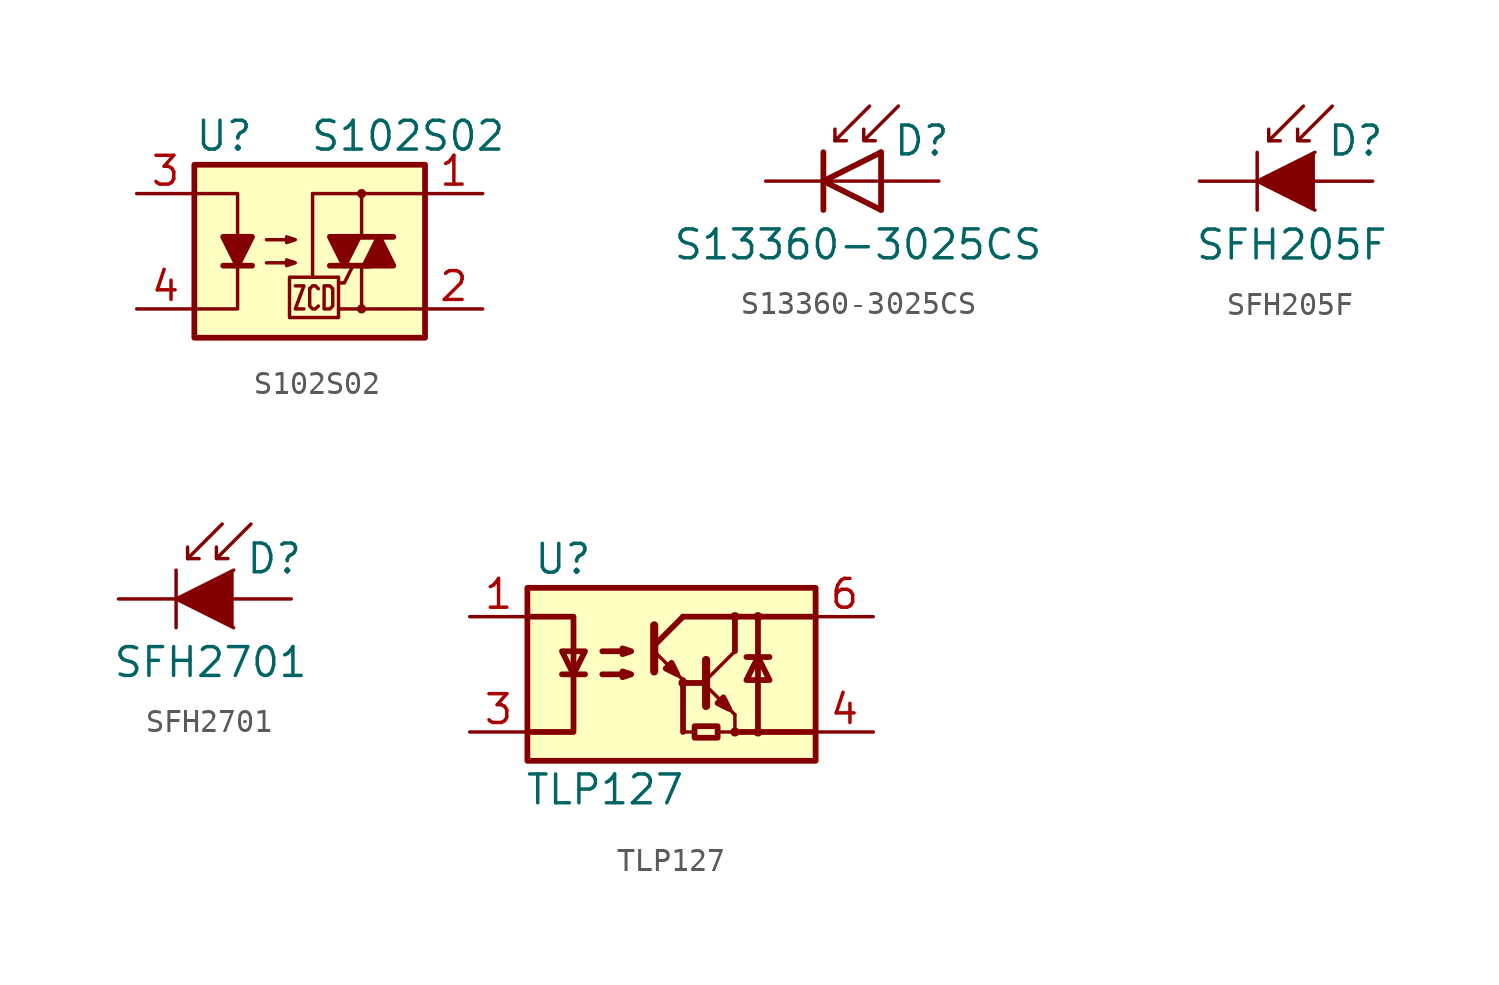
<source format=kicad_sym>
(kicad_symbol_lib
  (version 20211014)
  (generator kicad_symbol_editor)
  (symbol "S102S02"
    (pin_names
      (offset 1.016))
    (property "Reference" "U"
      (at -5.08 5.08 0)
      (effects (font (size 1.27 1.27)) (justify left)))
    (property "Value" "S102S02"
      (at 0 5.08 0)
      (effects (font (size 1.27 1.27)) (justify left)))
    (symbol "S102S02_0_1"
      (rectangle (start -5.08 3.81) (end 5.08 -3.81) (stroke (width 0.254) (type default) (color 0 0 0 0)) (fill (type background)))
      (polyline (pts (xy -3.81 -0.635) (xy -2.54 -0.635)) (stroke (width 0.254) (type default) (color 0 0 0 0)) (fill (type none)))
      (polyline (pts (xy 0.127 -1.143) (xy 0.127 2.54)) (stroke (width 0) (type default) (color 0 0 0 0)) (fill (type none)))
      (polyline (pts (xy 0.127 2.54) (xy 2.286 2.54)) (stroke (width 0) (type default) (color 0 0 0 0)) (fill (type none)))
      (polyline (pts (xy 1.905 0.635) (xy 3.683 0.635)) (stroke (width 0.254) (type default) (color 0 0 0 0)) (fill (type none)))
      (polyline (pts (xy 2.286 -2.54) (xy 1.27 -2.54)) (stroke (width 0) (type default) (color 0 0 0 0)) (fill (type none)))
      (polyline (pts (xy 2.286 -2.54) (xy 2.286 -0.635)) (stroke (width 0) (type default) (color 0 0 0 0)) (fill (type none)))
      (polyline (pts (xy 2.286 -2.54) (xy 5.08 -2.54)) (stroke (width 0) (type default) (color 0 0 0 0)) (fill (type none)))
      (polyline (pts (xy 2.286 2.54) (xy 2.286 0.635)) (stroke (width 0) (type default) (color 0 0 0 0)) (fill (type none)))
      (polyline (pts (xy 2.286 2.54) (xy 5.08 2.54)) (stroke (width 0) (type default) (color 0 0 0 0)) (fill (type none)))
      (polyline (pts (xy 2.667 -0.635) (xy 0.889 -0.635)) (stroke (width 0.254) (type default) (color 0 0 0 0)) (fill (type none)))
      (polyline (pts (xy -5.08 2.54) (xy -3.175 2.54) (xy -3.175 0.635)) (stroke (width 0) (type default) (color 0 0 0 0)) (fill (type none)))
      (polyline (pts (xy -3.175 -0.635) (xy -3.175 -2.54) (xy -5.08 -2.54)) (stroke (width 0) (type default) (color 0 0 0 0)) (fill (type none)))
      (polyline (pts (xy 1.905 -0.635) (xy 1.524 -1.397) (xy 1.27 -1.397)) (stroke (width 0) (type default) (color 0 0 0 0)) (fill (type none)))
      (polyline (pts (xy -3.175 -0.635) (xy -3.81 0.635) (xy -2.54 0.635) (xy -3.175 -0.635)) (stroke (width 0.254) (type default) (color 0 0 0 0)) (fill (type outline)))
      (polyline (pts (xy -0.635 -1.524) (xy -0.254 -1.524) (xy -0.635 -2.54) (xy -0.254 -2.54)) (stroke (width 0) (type default) (color 0 0 0 0)) (fill (type none)))
      (polyline (pts (xy 0 -1.651) (xy 0.127 -1.524) (xy 0.254 -1.524) (xy 0.381 -1.651)) (stroke (width 0) (type default) (color 0 0 0 0)) (fill (type none)))
      (polyline (pts (xy 1.524 -0.635) (xy 2.159 0.635) (xy 0.889 0.635) (xy 1.524 -0.635)) (stroke (width 0.254) (type default) (color 0 0 0 0)) (fill (type outline)))
      (polyline (pts (xy 3.048 0.635) (xy 2.413 -0.635) (xy 3.683 -0.635) (xy 3.048 0.635)) (stroke (width 0.254) (type default) (color 0 0 0 0)) (fill (type outline)))
      (polyline (pts (xy -1.905 -0.508) (xy -0.635 -0.508) (xy -1.016 -0.635) (xy -1.016 -0.381) (xy -0.635 -0.508)) (stroke (width 0) (type default) (color 0 0 0 0)) (fill (type none)))
      (polyline (pts (xy -1.905 0.508) (xy -0.635 0.508) (xy -1.016 0.381) (xy -1.016 0.635) (xy -0.635 0.508)) (stroke (width 0) (type default) (color 0 0 0 0)) (fill (type none)))
      (polyline (pts (xy -0.889 -1.143) (xy -0.889 -2.921) (xy 1.27 -2.921) (xy 1.27 -1.143) (xy -0.889 -1.143)) (stroke (width 0) (type default) (color 0 0 0 0)) (fill (type none)))
      (polyline (pts (xy 0.381 -2.413) (xy 0.254 -2.54) (xy 0.127 -2.54) (xy 0 -2.413) (xy 0 -1.651)) (stroke (width 0) (type default) (color 0 0 0 0)) (fill (type none)))
      (polyline (pts (xy 0.635 -1.524) (xy 0.635 -2.54) (xy 0.889 -2.54) (xy 1.016 -2.413) (xy 1.016 -1.651) (xy 0.889 -1.524) (xy 0.635 -1.524)) (stroke (width 0) (type default) (color 0 0 0 0)) (fill (type none)))
      (circle (center 2.286 -2.54) (radius 0.127) (stroke (width 0) (type default) (color 0 0 0 0)) (fill (type none)))
      (circle (center 2.286 2.54) (radius 0.127) (stroke (width 0) (type default) (color 0 0 0 0)) (fill (type none))))
    (symbol "S102S02_1_1"
      (pin passive line (at 7.62 2.54 180) (length 2.54) (name "~" (effects (font (size 1.27 1.27)))) (number "1" (effects (font (size 1.27 1.27)))))
      (pin passive line (at 7.62 -2.54 180) (length 2.54) (name "~" (effects (font (size 1.27 1.27)))) (number "2" (effects (font (size 1.27 1.27)))))
      (pin passive line (at -7.62 2.54 0) (length 2.54) (name "~" (effects (font (size 1.27 1.27)))) (number "3" (effects (font (size 1.27 1.27)))))
      (pin passive line (at -7.62 -2.54 0) (length 2.54) (name "~" (effects (font (size 1.27 1.27)))) (number "4" (effects (font (size 1.27 1.27)))))))
  (symbol "S13360-3025CS"
    (pin_numbers hide)
    (pin_names
      (offset 1.016) hide)
    (property "Reference" "D"
      (at 1.778 1.778 0)
      (effects (font (size 1.27 1.27)) (justify left)))
    (property "Value" "S13360-3025CS"
      (at 0.254 -2.794 0)
      (effects (font (size 1.27 1.27))))
    (symbol "S13360-3025CS_0_1"
      (polyline (pts (xy -1.27 0) (xy 1.27 0)) (stroke (width 0) (type default) (color 0 0 0 0)) (fill (type none)))
      (polyline (pts (xy -1.27 1.27) (xy -1.27 -1.27)) (stroke (width 0.254) (type default) (color 0 0 0 0)) (fill (type none)))
      (polyline (pts (xy -0.762 1.778) (xy -0.254 1.778)) (stroke (width 0) (type default) (color 0 0 0 0)) (fill (type none)))
      (polyline (pts (xy 1.27 1.27) (xy 1.27 -1.27)) (stroke (width 0.254) (type default) (color 0 0 0 0)) (fill (type none)))
      (polyline (pts (xy 0.762 3.302) (xy -0.762 1.778) (xy -0.762 2.286)) (stroke (width 0) (type default) (color 0 0 0 0)) (fill (type none)))
      (polyline (pts (xy 1.27 1.27) (xy -1.27 0) (xy 1.27 -1.27)) (stroke (width 0.254) (type default) (color 0 0 0 0)) (fill (type none)))
      (polyline (pts (xy 2.032 3.302) (xy 0.508 1.778) (xy 0.508 2.286) (xy 0.508 1.778) (xy 1.016 1.778)) (stroke (width 0) (type default) (color 0 0 0 0)) (fill (type none))))
    (symbol "S13360-3025CS_1_1"
      (pin passive line (at 3.81 0 180) (length 2.54) (name "A" (effects (font (size 1.27 1.27)))) (number "1" (effects (font (size 1.27 1.27)))))
      (pin passive line (at -3.81 0 0) (length 2.54) (name "K" (effects (font (size 1.27 1.27)))) (number "2" (effects (font (size 1.27 1.27)))))))
  (symbol "SFH205F"
    (pin_numbers hide)
    (pin_names
      (offset 1.016) hide)
    (property "Reference" "D"
      (at 0.508 1.778 0)
      (effects (font (size 1.27 1.27)) (justify left)))
    (property "Value" "SFH205F"
      (at -1.016 -2.794 0)
      (effects (font (size 1.27 1.27))))
    (symbol "SFH205F_0_1"
      (polyline (pts (xy -2.54 1.27) (xy -2.54 -1.27)) (stroke (width 0.152) (type default) (color 0 0 0 0)) (fill (type none)))
      (polyline (pts (xy -2.032 1.778) (xy -1.524 1.778)) (stroke (width 0) (type default) (color 0 0 0 0)) (fill (type none)))
      (polyline (pts (xy -0.508 3.302) (xy -2.032 1.778) (xy -2.032 2.286)) (stroke (width 0) (type default) (color 0 0 0 0)) (fill (type none)))
      (polyline (pts (xy 0 1.27) (xy -2.54 0) (xy 0 -1.27)) (stroke (width 0) (type default) (color 0 0 0 0)) (fill (type outline)))
      (polyline (pts (xy 0.762 3.302) (xy -0.762 1.778) (xy -0.762 2.286) (xy -0.762 1.778) (xy -0.254 1.778)) (stroke (width 0) (type default) (color 0 0 0 0)) (fill (type none))))
    (symbol "SFH205F_1_1"
      (pin passive line (at -5.08 0 0) (length 2.54) (name "K" (effects (font (size 1.27 1.27)))) (number "1" (effects (font (size 1.27 1.27)))))
      (pin passive line (at 2.54 0 180) (length 2.54) (name "A" (effects (font (size 1.27 1.27)))) (number "2" (effects (font (size 1.27 1.27)))))))
  (symbol "SFH2701"
    (pin_numbers hide)
    (pin_names
      (offset 1.016) hide)
    (property "Reference" "D"
      (at 0.508 1.778 0)
      (effects (font (size 1.27 1.27)) (justify left)))
    (property "Value" "SFH2701"
      (at -1.016 -2.794 0)
      (effects (font (size 1.27 1.27))))
    (symbol "SFH2701_0_1"
      (polyline (pts (xy -2.54 1.27) (xy -2.54 -1.27)) (stroke (width 0.152) (type default) (color 0 0 0 0)) (fill (type none)))
      (polyline (pts (xy -2.032 1.778) (xy -1.524 1.778)) (stroke (width 0) (type default) (color 0 0 0 0)) (fill (type none)))
      (polyline (pts (xy -0.508 3.302) (xy -2.032 1.778) (xy -2.032 2.286)) (stroke (width 0) (type default) (color 0 0 0 0)) (fill (type none)))
      (polyline (pts (xy 0 1.27) (xy -2.54 0) (xy 0 -1.27)) (stroke (width 0) (type default) (color 0 0 0 0)) (fill (type outline)))
      (polyline (pts (xy 0.762 3.302) (xy -0.762 1.778) (xy -0.762 2.286) (xy -0.762 1.778) (xy -0.254 1.778)) (stroke (width 0) (type default) (color 0 0 0 0)) (fill (type none))))
    (symbol "SFH2701_1_1"
      (pin passive line (at -5.08 0 0) (length 2.54) (name "K" (effects (font (size 1.27 1.27)))) (number "1" (effects (font (size 1.27 1.27)))))
      (pin passive line (at 2.54 0 180) (length 2.54) (name "A" (effects (font (size 1.27 1.27)))) (number "2" (effects (font (size 1.27 1.27)))))))
  (symbol "TLP127"
    (pin_names
      (offset 1.016))
    (property "Reference" "U"
      (at -4.826 5.08 0)
      (effects (font (size 1.27 1.27)) (justify left)))
    (property "Value" "TLP127"
      (at -5.207 -5.08 0)
      (effects (font (size 1.27 1.27)) (justify left)))
    (symbol "TLP127_0_1"
      (rectangle (start -5.08 3.81) (end 7.62 -3.81) (stroke (width 0.254) (type default) (color 0 0 0 0)) (fill (type background)))
      (polyline (pts (xy -3.556 0) (xy -2.54 0)) (stroke (width 0.254) (type default) (color 0 0 0 0)) (fill (type none)))
      (polyline (pts (xy 0.508 1.016) (xy 1.778 -0.254)) (stroke (width 0) (type default) (color 0 0 0 0)) (fill (type none)))
      (polyline (pts (xy 0.508 1.27) (xy 1.778 2.54)) (stroke (width 0.254) (type default) (color 0 0 0 0)) (fill (type none)))
      (polyline (pts (xy 0.508 2.159) (xy 0.508 0.127)) (stroke (width 0.356) (type default) (color 0 0 0 0)) (fill (type none)))
      (polyline (pts (xy 1.778 2.54) (xy 7.62 2.54)) (stroke (width 0.254) (type default) (color 0 0 0 0)) (fill (type none)))
      (polyline (pts (xy 2.794 -0.508) (xy 4.064 -1.778)) (stroke (width 0) (type default) (color 0 0 0 0)) (fill (type none)))
      (polyline (pts (xy 2.794 -0.381) (xy 1.778 -0.381)) (stroke (width 0.254) (type default) (color 0 0 0 0)) (fill (type none)))
      (polyline (pts (xy 2.794 -0.254) (xy 4.064 1.016)) (stroke (width 0) (type default) (color 0 0 0 0)) (fill (type none)))
      (polyline (pts (xy 4.064 -2.54) (xy 7.62 -2.54)) (stroke (width 0.254) (type default) (color 0 0 0 0)) (fill (type none)))
      (polyline (pts (xy 4.064 -1.778) (xy 4.064 -2.54)) (stroke (width 0) (type default) (color 0 0 0 0)) (fill (type none)))
      (polyline (pts (xy 4.064 1.016) (xy 4.064 2.54)) (stroke (width 0.254) (type default) (color 0 0 0 0)) (fill (type none)))
      (polyline (pts (xy 4.572 0.762) (xy 5.588 0.762)) (stroke (width 0.254) (type default) (color 0 0 0 0)) (fill (type none)))
      (polyline (pts (xy 5.08 -2.54) (xy 5.08 2.54)) (stroke (width 0.254) (type default) (color 0 0 0 0)) (fill (type none)))
      (polyline (pts (xy 5.08 0.635) (xy 5.08 2.54)) (stroke (width 0) (type default) (color 0 0 0 0)) (fill (type none)))
      (polyline (pts (xy 2.794 0.635) (xy 2.794 -1.397) (xy 2.794 -1.397)) (stroke (width 0.356) (type default) (color 0 0 0 0)) (fill (type none)))
      (polyline (pts (xy -5.08 -2.54) (xy -3.048 -2.54) (xy -3.048 2.54) (xy -5.08 2.54)) (stroke (width 0.254) (type default) (color 0 0 0 0)) (fill (type none)))
      (polyline (pts (xy -3.048 0) (xy -2.54 1.016) (xy -3.556 1.016) (xy -3.048 0)) (stroke (width 0.254) (type default) (color 0 0 0 0)) (fill (type none)))
      (polyline (pts (xy 1.524 0) (xy 1.27 0.508) (xy 1.016 0.254) (xy 1.524 0)) (stroke (width 0.254) (type default) (color 0 0 0 0)) (fill (type none)))
      (polyline (pts (xy 3.81 -1.524) (xy 3.556 -1.016) (xy 3.302 -1.27) (xy 3.81 -1.524)) (stroke (width 0.254) (type default) (color 0 0 0 0)) (fill (type none)))
      (polyline (pts (xy 5.08 0.762) (xy 4.572 -0.254) (xy 5.588 -0.254) (xy 5.08 0.762)) (stroke (width 0.254) (type default) (color 0 0 0 0)) (fill (type none)))
      (polyline (pts (xy -1.778 0) (xy -0.508 0) (xy -0.889 -0.127) (xy -0.889 0.127) (xy -0.508 0)) (stroke (width 0.254) (type default) (color 0 0 0 0)) (fill (type none)))
      (polyline (pts (xy -1.778 1.016) (xy -0.508 1.016) (xy -0.889 0.889) (xy -0.889 1.143) (xy -0.508 1.016)) (stroke (width 0.254) (type default) (color 0 0 0 0)) (fill (type none)))
      (rectangle (start 1.778 -2.54) (end 2.286 -2.54) (stroke (width 0) (type default) (color 0 0 0 0)) (fill (type none)))
      (circle (center 1.778 -0.381) (radius 0.127) (stroke (width 0) (type default) (color 0 0 0 0)) (fill (type none)))
      (rectangle (start 1.778 -0.254) (end 1.778 -2.54) (stroke (width 0.254) (type default) (color 0 0 0 0)) (fill (type none)))
      (rectangle (start 2.286 -2.286) (end 3.302 -2.794) (stroke (width 0.254) (type default) (color 0 0 0 0)) (fill (type none)))
      (rectangle (start 3.302 -2.54) (end 4.064 -2.54) (stroke (width 0) (type default) (color 0 0 0 0)) (fill (type none)))
      (circle (center 4.064 -2.54) (radius 0.127) (stroke (width 0) (type default) (color 0 0 0 0)) (fill (type none)))
      (circle (center 4.064 2.54) (radius 0.127) (stroke (width 0) (type default) (color 0 0 0 0)) (fill (type none)))
      (circle (center 5.08 -2.54) (radius 0.127) (stroke (width 0) (type default) (color 0 0 0 0)) (fill (type none)))
      (circle (center 5.08 2.54) (radius 0.127) (stroke (width 0) (type default) (color 0 0 0 0)) (fill (type none))))
    (symbol "TLP127_1_1"
      (pin passive line (at -7.62 2.54 0) (length 2.54) (name "~" (effects (font (size 1.27 1.27)))) (number "1" (effects (font (size 1.27 1.27)))))
      (pin passive line (at -7.62 -2.54 0) (length 2.54) (name "~" (effects (font (size 1.27 1.27)))) (number "3" (effects (font (size 1.27 1.27)))))
      (pin passive line (at 10.16 -2.54 180) (length 2.54) (name "~" (effects (font (size 1.27 1.27)))) (number "4" (effects (font (size 1.27 1.27)))))
      (pin open_collector line (at 10.16 2.54 180) (length 2.54) (name "~" (effects (font (size 1.27 1.27)))) (number "6" (effects (font (size 1.27 1.27))))))))
</source>
